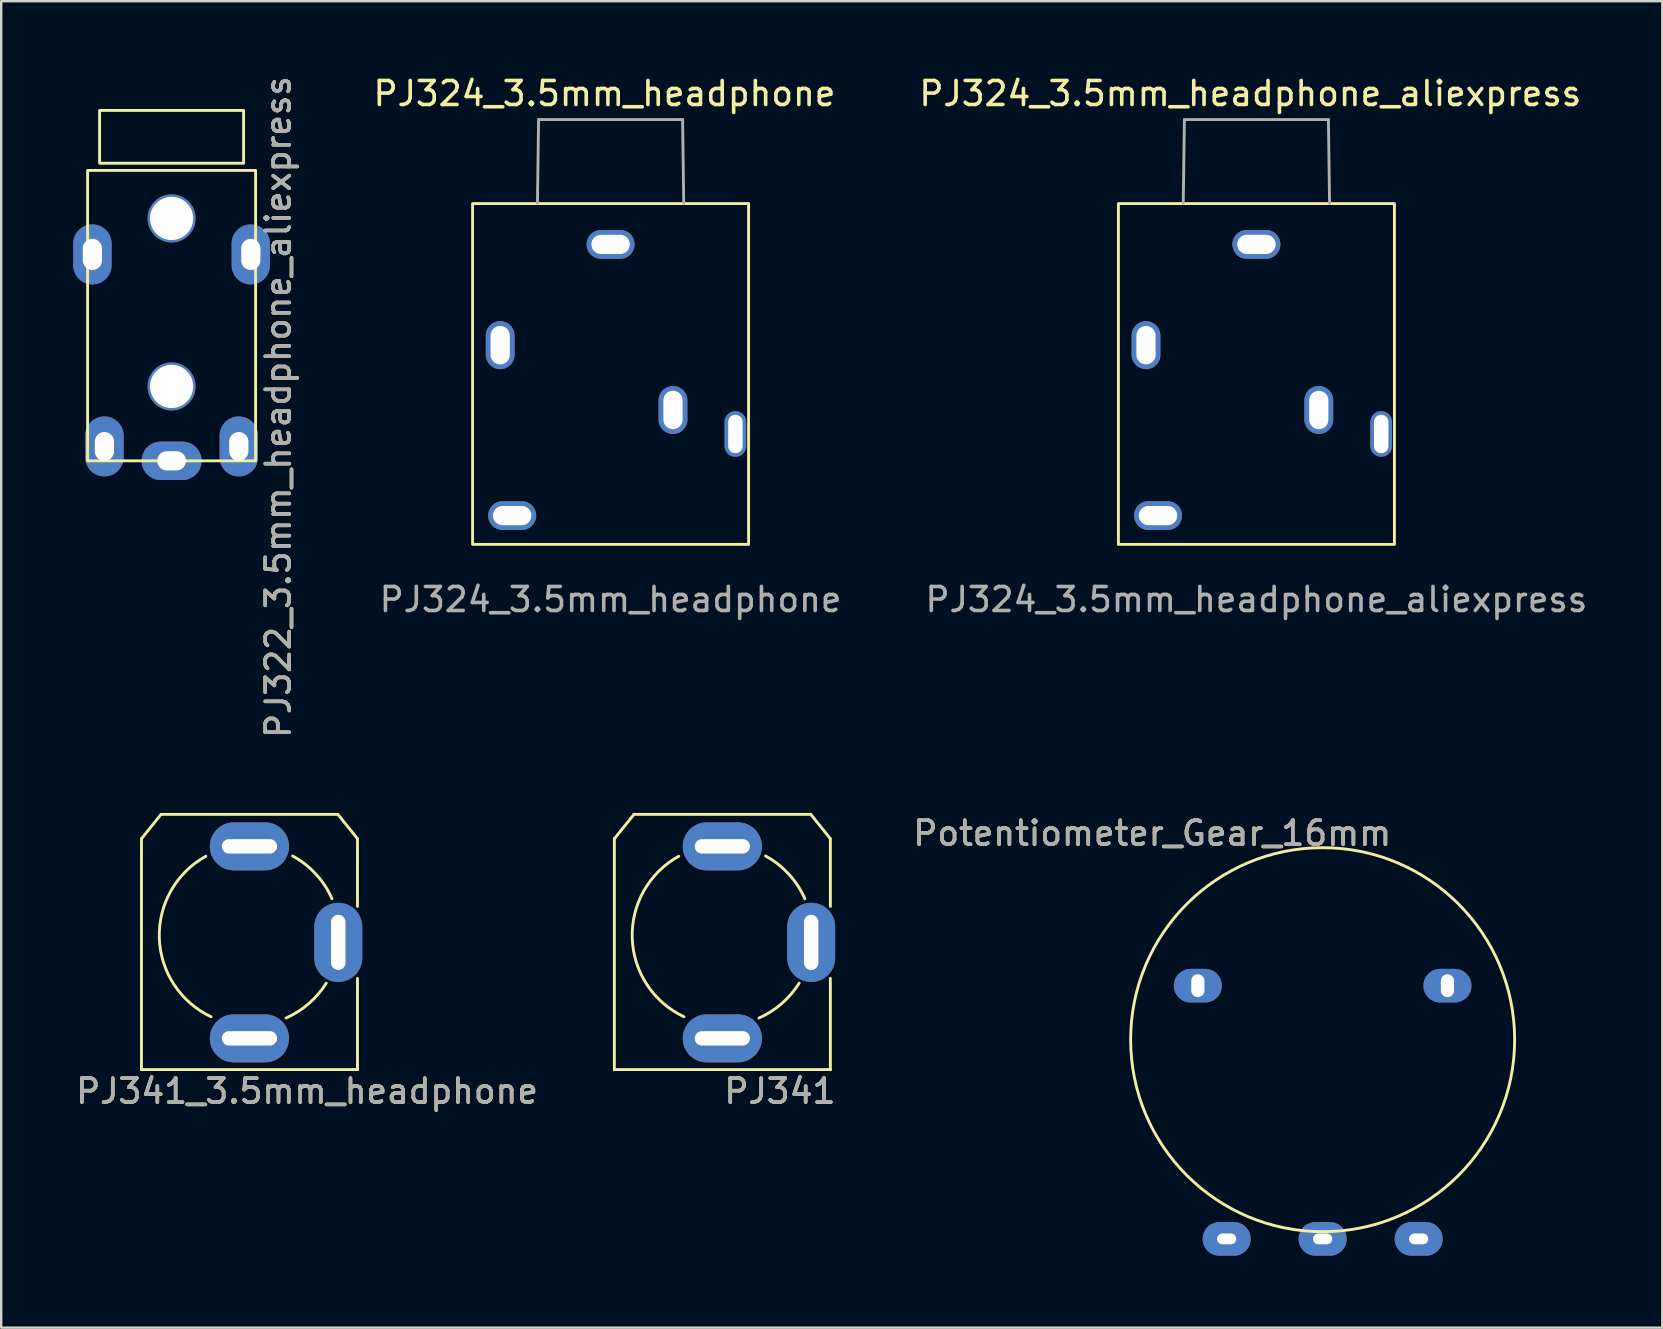
<source format=kicad_pcb>
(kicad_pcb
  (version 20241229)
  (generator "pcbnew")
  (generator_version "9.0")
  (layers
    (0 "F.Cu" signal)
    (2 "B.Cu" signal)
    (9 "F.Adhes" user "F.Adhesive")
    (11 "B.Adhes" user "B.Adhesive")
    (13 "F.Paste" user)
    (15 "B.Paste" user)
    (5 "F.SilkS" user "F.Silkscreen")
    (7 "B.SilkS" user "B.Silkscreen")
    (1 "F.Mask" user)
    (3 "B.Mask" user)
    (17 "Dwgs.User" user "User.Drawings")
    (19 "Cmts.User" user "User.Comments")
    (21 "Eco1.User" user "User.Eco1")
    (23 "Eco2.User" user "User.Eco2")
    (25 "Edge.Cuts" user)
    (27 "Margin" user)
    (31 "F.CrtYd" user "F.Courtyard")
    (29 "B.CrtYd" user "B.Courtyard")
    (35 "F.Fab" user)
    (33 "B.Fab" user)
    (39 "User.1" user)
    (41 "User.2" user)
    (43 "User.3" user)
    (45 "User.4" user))
  (footprint "PJ341"
    (layer "F.Cu")
    (at 27.048 36.215)
    (property "Reference" "PJ341" (at 2.4 6.2 0) (unlocked yes) (layer "F.SilkS") (effects (font (size 1 1) (thickness 0.15))))
    (attr through_hole)
    (fp_line (start -4.5 -4.318) (end -3.683 -5.334) (stroke (width 0.12) (type solid)) (layer "F.SilkS"))
    (fp_line (start -4.5 5.3) (end -4.5 -4.318) (stroke (width 0.12) (type solid)) (layer "F.SilkS"))
    (fp_line (start -3.683 -5.334) (end 3.683 -5.334) (stroke (width 0.12) (type solid)) (layer "F.SilkS"))
    (fp_line (start 4.5 -4.32) (end 3.683 -5.334) (stroke (width 0.12) (type solid)) (layer "F.SilkS"))
    (fp_line (start 4.5 -4.32) (end 4.5 -1.5) (stroke (width 0.12) (type solid)) (layer "F.SilkS"))
    (fp_line (start 4.5 5.3) (end -4.5 5.3) (stroke (width 0.12) (type solid)) (layer "F.SilkS"))
    (fp_line (start 4.5 5.3) (end 4.5 1.5) (stroke (width 0.12) (type solid)) (layer "F.SilkS"))
    (fp_arc (start -1.6 3.099999) (mid -3.755715 -0.179168) (end -1.815239 -3.590121) (stroke (width 0.12) (type solid)) (layer "F.SilkS"))
    (fp_arc (start 1.8 -3.6) (mid 2.767081 -2.84426) (end 3.439166 -1.817279) (stroke (width 0.12) (type solid)) (layer "F.SilkS"))
    (fp_arc (start 3.2 1.7) (mid 2.470739 2.552271) (end 1.523173 3.152526) (stroke (width 0.12) (type solid)) (layer "F.SilkS"))
    (fp_text user "${REFERENCE}" (at 2.4 6.2 0) (unlocked yes) (layer "F.Fab") (effects (font (size 1 1) (thickness 0.15))))
    (pad "R" thru_hole oval (at 0 -4) (size 3.3 2) (drill oval 2.3 0.6) (layers "*.Cu" "*.Mask"))
    (pad "S" thru_hole oval (at 3.7 0 90) (size 3.3 2) (drill oval 2.3 0.6) (layers "*.Cu" "*.Mask"))
    (pad "T" thru_hole oval (at 0 4) (size 3.3 2) (drill oval 2.3 0.6) (layers "*.Cu" "*.Mask")))
  (footprint "PJ324_3.5mm_headphone_aliexpress"
    (layer "F.Cu")
    (at 49.3 12.532)
    (property "Reference" "PJ324_3.5mm_headphone_aliexpress" (at -0.254 -11.684 0) (unlocked yes) (layer "F.SilkS") (effects (font (size 1 1) (thickness 0.15))))
    (attr through_hole)
    (fp_rect (start -5.75 -7.1) (end 5.75 7.1) (stroke (width 0.12) (type solid)) (fill no) (layer "F.SilkS"))
    (fp_line (start -3 -10.6) (end -3.048 -7.112) (stroke (width 0.12) (type solid)) (layer "F.Fab"))
    (fp_line (start -3 -10.6) (end 3 -10.6) (stroke (width 0.12) (type solid)) (layer "F.Fab"))
    (fp_line (start 3 -10.6) (end 3.048 -7.112) (stroke (width 0.12) (type solid)) (layer "F.Fab"))
    (fp_text user "${REFERENCE}" (at 0 9.398 0) (unlocked yes) (layer "F.Fab") (effects (font (size 1 1) (thickness 0.15))))
    (pad "R" thru_hole oval (at 5.2 2.5 90) (size 1.9 0.9) (drill oval 1.6 0.6) (layers "*.Cu" "*.Mask"))
    (pad "RN" thru_hole oval (at 2.6 1.5 90) (size 2 1.2) (drill oval 1.6 0.8) (layers "*.Cu" "*.Mask"))
    (pad "S" thru_hole oval (at 0 -5.4) (size 2 1.2) (drill oval 1.6 0.8) (layers "*.Cu" "*.Mask"))
    (pad "T" thru_hole oval (at -4.6 -1.2 90) (size 2 1.2) (drill oval 1.6 0.8) (layers "*.Cu" "*.Mask"))
    (pad "TN" thru_hole oval (at -4.1 5.9) (size 2 1.2) (drill oval 1.6 0.8) (layers "*.Cu" "*.Mask")))
  (footprint "Potentiometer_Gear_16mm"
    (layer "F.Cu")
    (at 52.06 48.57)
    (property "Reference" "Potentiometer_Gear_16mm" (at -7.1 -16.9 0) (unlocked yes) (layer "F.SilkS") (effects (font (size 1 1) (thickness 0.15))))
    (attr through_hole)
    (fp_circle (center 0 -8.3) (end 8 -8.3) (stroke (width 0.12) (type solid)) (fill no) (layer "F.SilkS"))
    (fp_text user "${REFERENCE}" (at -7.1 -16.9 0) (unlocked yes) (layer "F.Fab") (effects (font (size 1 1) (thickness 0.15))))
    (pad "" np_thru_hole oval (at -5.2 -10.55) (size 2 1.4) (drill oval 0.55 0.95) (layers "*.Cu" "*.Mask"))
    (pad "" np_thru_hole oval (at 5.2 -10.55) (size 2 1.4) (drill oval 0.55 0.95) (layers "*.Cu" "*.Mask"))
    (pad "1" thru_hole oval (at -4 0) (size 2 1.4) (drill oval 0.8 0.45) (layers "*.Cu" "*.Mask"))
    (pad "2" thru_hole oval (at 0 0) (size 2 1.4) (drill oval 0.8 0.45) (layers "*.Cu" "*.Mask"))
    (pad "3" thru_hole oval (at 4 0) (size 2 1.4) (drill oval 0.8 0.45) (layers "*.Cu" "*.Mask")))
  (footprint "PJ322_3.5mm_headphone_aliexpress"
    (layer "F.Cu")
    (at 4.1 10.101)
    (property "Reference" "PJ322_3.5mm_headphone_aliexpress" (at 4.445 3.81 90) (unlocked yes) (layer "F.SilkS") (effects (font (size 1 1) (thickness 0.15))))
    (attr through_hole)
    (fp_rect (start -3.5 -6.05) (end 3.5 6.05) (stroke (width 0.12) (type solid)) (fill no) (layer "F.SilkS"))
    (fp_rect (start 3 -6.35) (end -3 -8.55) (stroke (width 0.12) (type solid)) (fill no) (layer "F.SilkS"))
    (fp_text user "${REFERENCE}" (at 4.445 3.81 90) (unlocked yes) (layer "F.Fab") (effects (font (size 1 1) (thickness 0.15))))
    (pad "" np_thru_hole circle (at 0 -4.05) (size 2 2) (drill 1.8) (layers "*.Cu" "*.Mask"))
    (pad "" np_thru_hole circle (at 0 2.95) (size 2 2) (drill 1.8) (layers "*.Cu" "*.Mask"))
    (pad "R1" thru_hole oval (at -2.8 5.45 180) (size 1.6 2.5) (drill oval 0.8 1.2) (layers "*.Cu" "*.Mask"))
    (pad "R2" thru_hole oval (at 2.8 5.45 180) (size 1.6 2.5) (drill oval 0.8 1.2) (layers "*.Cu" "*.Mask"))
    (pad "S" thru_hole oval (at 0 6.05 90) (size 1.6 2.5) (drill oval 0.8 1.2) (layers "*.Cu" "*.Mask"))
    (pad "T" thru_hole oval (at -3.3 -2.55) (size 1.6 2.5) (drill oval 0.8 1.3) (layers "*.Cu" "*.Mask"))
    (pad "T" thru_hole oval (at 3.3 -2.55) (size 1.6 2.5) (drill oval 0.8 1.3) (layers "*.Cu" "*.Mask")))
  (footprint "PJ324_3.5mm_headphone"
    (layer "F.Cu")
    (at 22.391 12.532)
    (property "Reference" "PJ324_3.5mm_headphone" (at -0.254 -11.684 0) (unlocked yes) (layer "F.SilkS") (effects (font (size 1 1) (thickness 0.15))))
    (attr through_hole)
    (fp_rect (start -5.75 -7.1) (end 5.75 7.1) (stroke (width 0.12) (type solid)) (fill no) (layer "F.SilkS"))
    (fp_line (start -3 -10.6) (end -3.048 -7.112) (stroke (width 0.12) (type solid)) (layer "F.Fab"))
    (fp_line (start -3 -10.6) (end 3 -10.6) (stroke (width 0.12) (type solid)) (layer "F.Fab"))
    (fp_line (start 3 -10.6) (end 3.048 -7.112) (stroke (width 0.12) (type solid)) (layer "F.Fab"))
    (fp_text user "${REFERENCE}" (at 0 9.398 0) (unlocked yes) (layer "F.Fab") (effects (font (size 1 1) (thickness 0.15))))
    (pad "R" thru_hole oval (at 5.2 2.5 90) (size 1.9 0.9) (drill oval 1.6 0.6) (layers "*.Cu" "*.Mask"))
    (pad "RN" thru_hole oval (at 2.6 1.5 90) (size 2 1.2) (drill oval 1.6 0.8) (layers "*.Cu" "*.Mask"))
    (pad "S" thru_hole oval (at 0 -5.4) (size 2 1.2) (drill oval 1.6 0.8) (layers "*.Cu" "*.Mask"))
    (pad "T" thru_hole oval (at -4.6 -1.2 90) (size 2 1.2) (drill oval 1.6 0.8) (layers "*.Cu" "*.Mask"))
    (pad "TN" thru_hole oval (at -4.1 5.9) (size 2 1.2) (drill oval 1.6 0.8) (layers "*.Cu" "*.Mask")))
  (footprint "PJ341_3.5mm_headphone"
    (layer "F.Cu")
    (at 7.344 36.215)
    (property "Reference" "PJ341_3.5mm_headphone" (at 2.4 6.2 0) (unlocked yes) (layer "F.SilkS") (effects (font (size 1 1) (thickness 0.15))))
    (attr through_hole)
    (fp_line (start -4.5 -4.318) (end -3.683 -5.334) (stroke (width 0.12) (type solid)) (layer "F.SilkS"))
    (fp_line (start -4.5 5.3) (end -4.5 -4.318) (stroke (width 0.12) (type solid)) (layer "F.SilkS"))
    (fp_line (start -3.683 -5.334) (end 3.683 -5.334) (stroke (width 0.12) (type solid)) (layer "F.SilkS"))
    (fp_line (start 4.5 -4.32) (end 3.683 -5.334) (stroke (width 0.12) (type solid)) (layer "F.SilkS"))
    (fp_line (start 4.5 -4.32) (end 4.5 -1.5) (stroke (width 0.12) (type solid)) (layer "F.SilkS"))
    (fp_line (start 4.5 5.3) (end -4.5 5.3) (stroke (width 0.12) (type solid)) (layer "F.SilkS"))
    (fp_line (start 4.5 5.3) (end 4.5 1.5) (stroke (width 0.12) (type solid)) (layer "F.SilkS"))
    (fp_arc (start -1.6 3.099999) (mid -3.755715 -0.179168) (end -1.815239 -3.590121) (stroke (width 0.12) (type solid)) (layer "F.SilkS"))
    (fp_arc (start 1.8 -3.6) (mid 2.767081 -2.84426) (end 3.439166 -1.817279) (stroke (width 0.12) (type solid)) (layer "F.SilkS"))
    (fp_arc (start 3.2 1.7) (mid 2.470739 2.552271) (end 1.523173 3.152526) (stroke (width 0.12) (type solid)) (layer "F.SilkS"))
    (fp_text user "${REFERENCE}" (at 2.4 6.2 0) (unlocked yes) (layer "F.Fab") (effects (font (size 1 1) (thickness 0.15))))
    (pad "R" thru_hole oval (at 0 -4) (size 3.3 2) (drill oval 2.3 0.6) (layers "*.Cu" "*.Mask"))
    (pad "S" thru_hole oval (at 3.7 0 90) (size 3.3 2) (drill oval 2.3 0.6) (layers "*.Cu" "*.Mask"))
    (pad "T" thru_hole oval (at 0 4) (size 3.3 2) (drill oval 2.3 0.6) (layers "*.Cu" "*.Mask")))
  (gr_rect
    (start -3 -3)
    (end 66.211 52.27)
    (stroke (width 0.1) (type default))
    (fill no)
    (layer "Edge.Cuts")))
</source>
